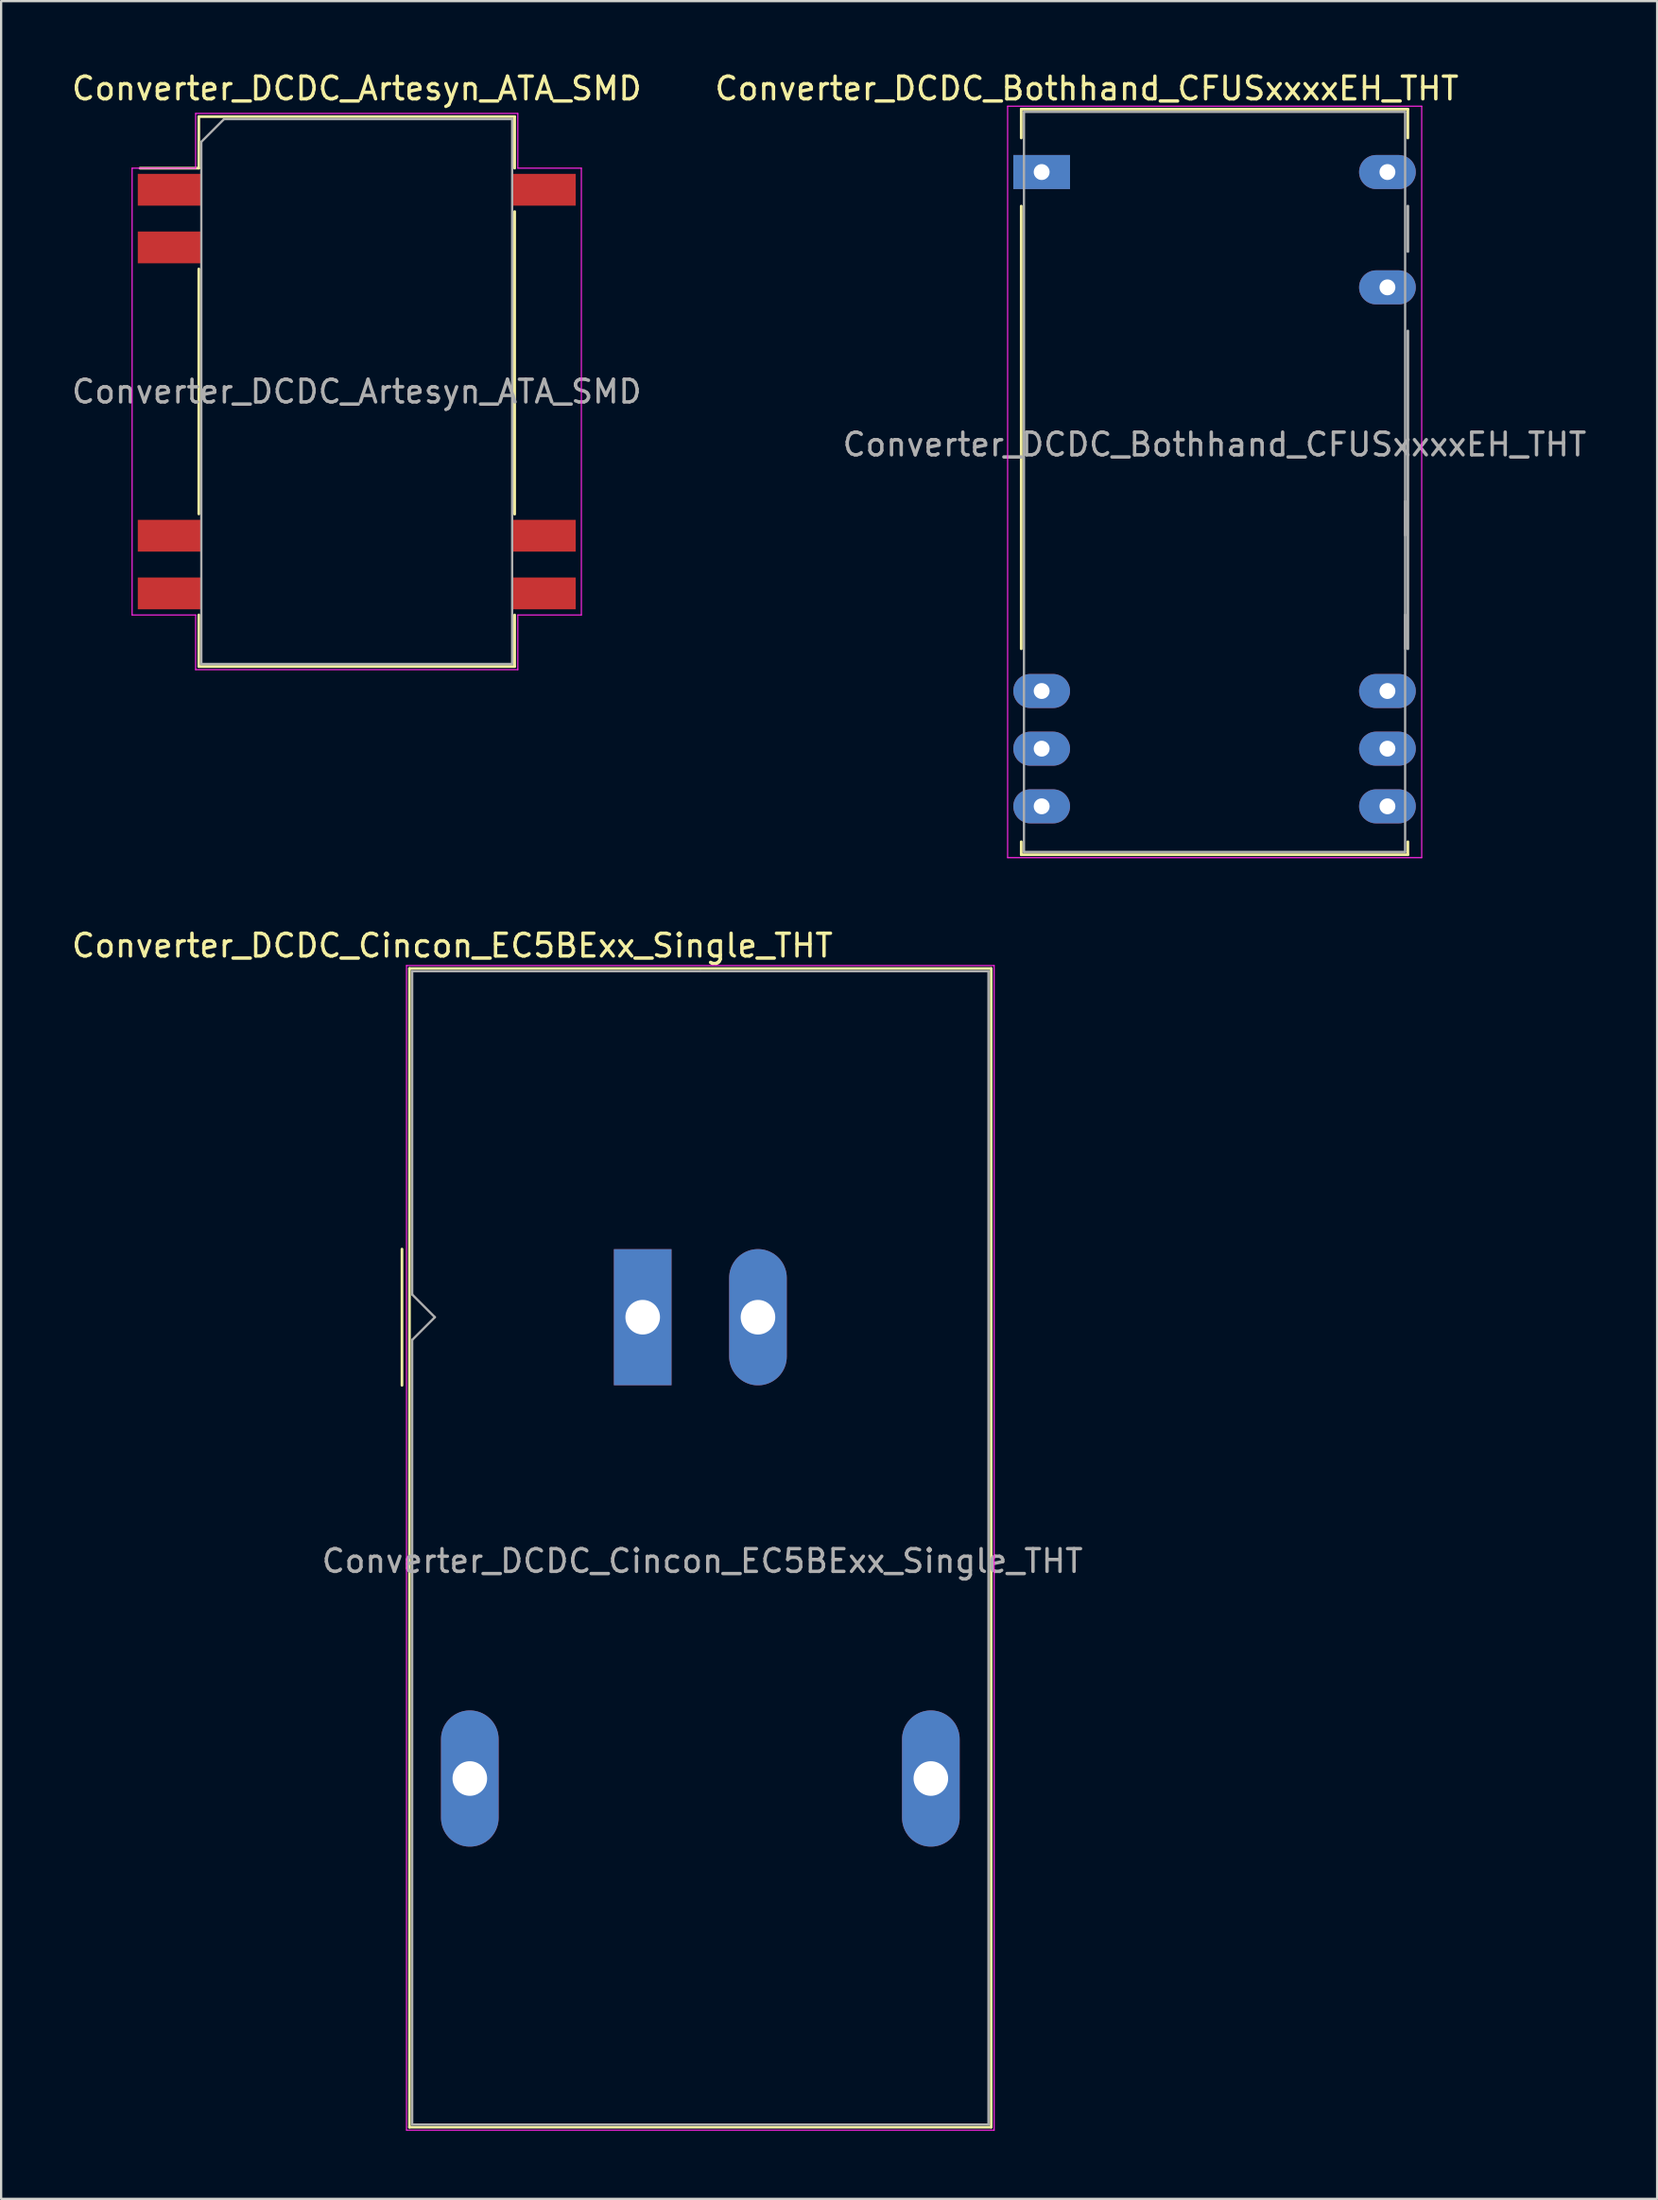
<source format=kicad_pcb>
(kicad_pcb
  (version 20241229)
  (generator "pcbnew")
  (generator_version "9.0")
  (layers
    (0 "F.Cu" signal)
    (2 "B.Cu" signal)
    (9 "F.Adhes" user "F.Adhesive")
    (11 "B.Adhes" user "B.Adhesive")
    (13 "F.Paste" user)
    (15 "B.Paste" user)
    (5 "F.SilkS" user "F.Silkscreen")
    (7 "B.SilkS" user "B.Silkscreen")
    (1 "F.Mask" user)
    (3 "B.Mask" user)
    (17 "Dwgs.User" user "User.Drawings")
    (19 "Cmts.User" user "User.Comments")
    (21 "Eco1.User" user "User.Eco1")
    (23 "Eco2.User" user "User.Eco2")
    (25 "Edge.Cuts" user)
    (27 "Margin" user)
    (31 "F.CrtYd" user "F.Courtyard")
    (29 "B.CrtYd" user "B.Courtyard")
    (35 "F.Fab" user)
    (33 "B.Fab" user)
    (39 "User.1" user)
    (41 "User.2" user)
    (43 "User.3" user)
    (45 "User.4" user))
  (footprint "Converter_DCDC_Bothhand_CFUSxxxxEH_THT"
    (layer "F.Cu")
    (at 42.861 4.528)
    (property "Reference" "Converter_DCDC_Bothhand_CFUSxxxxEH_THT" (at 1.99 -3.68 0) (layer "F.SilkS") (effects (font (size 1 1) (thickness 0.15))))
    (attr through_hole)
    (fp_line (start -0.9 -2.77) (end 16.14 -2.77) (stroke (width 0.12) (type solid)) (layer "F.SilkS"))
    (fp_line (start -0.9 -1.5) (end -0.9 -2.77) (stroke (width 0.12) (type solid)) (layer "F.SilkS"))
    (fp_line (start -0.9 1.5) (end -0.9 21) (stroke (width 0.12) (type solid)) (layer "F.SilkS"))
    (fp_line (start -0.9 29.5) (end -0.9 30.07) (stroke (width 0.12) (type solid)) (layer "F.SilkS"))
    (fp_line (start -0.9 30.07) (end 16.14 30.07) (stroke (width 0.12) (type solid)) (layer "F.SilkS"))
    (fp_line (start 16.14 -2.77) (end 16.14 -1.5) (stroke (width 0.12) (type solid)) (layer "F.SilkS"))
    (fp_line (start 16.14 30.07) (end 16.14 29.5) (stroke (width 0.12) (type solid)) (layer "F.SilkS"))
    (fp_line (start -1.5 -2.9) (end -1.5 30.2) (stroke (width 0.05) (type solid)) (layer "F.CrtYd"))
    (fp_line (start -1.5 -2.9) (end 16.75 -2.9) (stroke (width 0.05) (type solid)) (layer "F.CrtYd"))
    (fp_line (start -1.5 30.2) (end 16.75 30.2) (stroke (width 0.05) (type solid)) (layer "F.CrtYd"))
    (fp_line (start 16.75 -2.9) (end 16.75 30.2) (stroke (width 0.05) (type solid)) (layer "F.CrtYd"))
    (fp_line (start -0.78 -2.65) (end 16.02 -2.65) (stroke (width 0.1) (type solid)) (layer "F.Fab"))
    (fp_line (start -0.78 29.95) (end -0.78 -2.65) (stroke (width 0.1) (type solid)) (layer "F.Fab"))
    (fp_line (start 16.02 -2.65) (end 16.02 29.95) (stroke (width 0.1) (type solid)) (layer "F.Fab"))
    (fp_line (start 16.02 14.5) (end 16.02 16) (stroke (width 0.1) (type solid)) (layer "F.Fab"))
    (fp_line (start 16.02 19.5) (end 16.02 21) (stroke (width 0.1) (type solid)) (layer "F.Fab"))
    (fp_line (start 16.02 29.95) (end -0.78 29.95) (stroke (width 0.1) (type solid)) (layer "F.Fab"))
    (fp_line (start 16.14 1.5) (end 16.14 3.5) (stroke (width 0.12) (type solid)) (layer "F.Fab"))
    (fp_line (start 16.14 7) (end 16.14 21) (stroke (width 0.12) (type solid)) (layer "F.Fab"))
    (fp_text user "${REFERENCE}" (at 7.62 12 0) (layer "F.Fab") (effects (font (size 1 1) (thickness 0.15))))
    (pad "1" thru_hole rect (at 0 0) (size 2.5 1.5) (drill 0.7) (layers "*.Cu" "*.Mask"))
    (pad "10" thru_hole oval (at 0 22.86) (size 2.5 1.5) (drill 0.7) (layers "*.Cu" "*.Mask"))
    (pad "11" thru_hole oval (at 0 25.4) (size 2.5 1.5) (drill 0.7) (layers "*.Cu" "*.Mask"))
    (pad "12" thru_hole oval (at 0 27.94) (size 2.5 1.5) (drill 0.7) (layers "*.Cu" "*.Mask"))
    (pad "13" thru_hole oval (at 15.24 27.94) (size 2.5 1.5) (drill 0.7) (layers "*.Cu" "*.Mask"))
    (pad "14" thru_hole oval (at 15.24 25.4) (size 2.5 1.5) (drill 0.7) (layers "*.Cu" "*.Mask"))
    (pad "15" thru_hole oval (at 15.24 22.86) (size 2.5 1.5) (drill 0.7) (layers "*.Cu" "*.Mask"))
    (pad "22" thru_hole oval (at 15.24 5.08) (size 2.5 1.5) (drill 0.7) (layers "*.Cu" "*.Mask"))
    (pad "24" thru_hole oval (at 15.24 0) (size 2.5 1.5) (drill 0.7) (layers "*.Cu" "*.Mask")))
  (footprint "Converter_DCDC_Artesyn_ATA_SMD"
    (layer "F.Cu")
    (at 12.673 14.198)
    (property "Reference" "Converter_DCDC_Artesyn_ATA_SMD" (at 0 -13.35 0) (layer "F.SilkS") (effects (font (size 1 1) (thickness 0.15))))
    (attr smd)
    (fp_line (start -6.96 -12.11) (end -6.96 -9.84) (stroke (width 0.12) (type solid)) (layer "F.SilkS"))
    (fp_line (start -6.96 -9.84) (end -9.55 -9.84) (stroke (width 0.12) (type solid)) (layer "F.SilkS"))
    (fp_line (start -6.96 -5.4) (end -6.96 5.39) (stroke (width 0.12) (type solid)) (layer "F.SilkS"))
    (fp_line (start -6.96 9.84) (end -6.96 12.11) (stroke (width 0.12) (type solid)) (layer "F.SilkS"))
    (fp_line (start 6.96 -12.11) (end -6.96 -12.11) (stroke (width 0.12) (type solid)) (layer "F.SilkS"))
    (fp_line (start 6.96 -12.11) (end 6.96 -9.84) (stroke (width 0.12) (type solid)) (layer "F.SilkS"))
    (fp_line (start 6.96 -7.93) (end 6.96 5.4) (stroke (width 0.12) (type solid)) (layer "F.SilkS"))
    (fp_line (start 6.96 9.84) (end 6.96 12.11) (stroke (width 0.12) (type solid)) (layer "F.SilkS"))
    (fp_line (start 6.96 12.11) (end -6.96 12.11) (stroke (width 0.12) (type solid)) (layer "F.SilkS"))
    (fp_line (start -9.9 -9.84) (end -9.9 9.84) (stroke (width 0.05) (type solid)) (layer "F.CrtYd"))
    (fp_line (start -9.9 -9.84) (end -7.1 -9.84) (stroke (width 0.05) (type solid)) (layer "F.CrtYd"))
    (fp_line (start -9.9 9.84) (end -7.1 9.84) (stroke (width 0.05) (type solid)) (layer "F.CrtYd"))
    (fp_line (start -7.1 -9.84) (end -7.1 -12.25) (stroke (width 0.05) (type solid)) (layer "F.CrtYd"))
    (fp_line (start -7.1 9.84) (end -7.1 12.25) (stroke (width 0.05) (type solid)) (layer "F.CrtYd"))
    (fp_line (start -7.1 12.25) (end 7.1 12.25) (stroke (width 0.05) (type solid)) (layer "F.CrtYd"))
    (fp_line (start 7.1 -12.25) (end -7.1 -12.25) (stroke (width 0.05) (type solid)) (layer "F.CrtYd"))
    (fp_line (start 7.1 -12.25) (end 7.1 -9.84) (stroke (width 0.05) (type solid)) (layer "F.CrtYd"))
    (fp_line (start 7.1 -9.84) (end 9.9 -9.84) (stroke (width 0.05) (type solid)) (layer "F.CrtYd"))
    (fp_line (start 7.1 9.84) (end 7.1 12.25) (stroke (width 0.05) (type solid)) (layer "F.CrtYd"))
    (fp_line (start 9.9 9.84) (end 7.1 9.84) (stroke (width 0.05) (type solid)) (layer "F.CrtYd"))
    (fp_line (start 9.9 9.84) (end 9.9 -9.84) (stroke (width 0.05) (type solid)) (layer "F.CrtYd"))
    (fp_line (start -6.85 -11) (end -6.85 12) (stroke (width 0.1) (type solid)) (layer "F.Fab"))
    (fp_line (start -6.85 -11) (end -5.85 -12) (stroke (width 0.1) (type solid)) (layer "F.Fab"))
    (fp_line (start -6.85 12) (end 6.85 12) (stroke (width 0.1) (type solid)) (layer "F.Fab"))
    (fp_line (start 6.85 -12) (end -5.85 -12) (stroke (width 0.1) (type solid)) (layer "F.Fab"))
    (fp_line (start 6.85 12) (end 6.85 -12) (stroke (width 0.1) (type solid)) (layer "F.Fab"))
    (fp_text user "${REFERENCE}" (at 0 0 0) (layer "F.Fab") (effects (font (size 1 1) (thickness 0.15))))
    (pad "1" smd rect (at -8.25 -8.89) (size 2.8 1.4) (layers "F.Cu" "F.Mask" "F.Paste"))
    (pad "2" smd rect (at -8.25 -6.35) (size 2.8 1.4) (layers "F.Cu" "F.Mask" "F.Paste"))
    (pad "7" smd rect (at -8.25 6.35) (size 2.8 1.4) (layers "F.Cu" "F.Mask" "F.Paste"))
    (pad "8" smd rect (at -8.25 8.89) (size 2.8 1.4) (layers "F.Cu" "F.Mask" "F.Paste"))
    (pad "9" smd rect (at 8.25 8.89) (size 2.8 1.4) (layers "F.Cu" "F.Mask" "F.Paste"))
    (pad "10" smd rect (at 8.25 6.35) (size 2.8 1.4) (layers "F.Cu" "F.Mask" "F.Paste"))
    (pad "16" smd rect (at 8.25 -8.89) (size 2.8 1.4) (layers "F.Cu" "F.Mask" "F.Paste")))
  (footprint "Converter_DCDC_Cincon_EC5BExx_Single_THT"
    (layer "F.Cu")
    (at 25.277 54.971)
    (property "Reference" "Converter_DCDC_Cincon_EC5BExx_Single_THT" (at -8.39 -16.37 180) (layer "F.SilkS") (effects (font (size 1 1) (thickness 0.15))))
    (attr through_hole)
    (fp_line (start -10.61 -3) (end -10.61 3) (stroke (width 0.12) (type solid)) (layer "F.SilkS"))
    (fp_line (start -10.28 -15.36) (end 15.36 -15.36) (stroke (width 0.12) (type solid)) (layer "F.SilkS"))
    (fp_line (start -10.28 35.68) (end -10.28 -15.36) (stroke (width 0.12) (type solid)) (layer "F.SilkS"))
    (fp_line (start 15.36 -15.36) (end 15.36 35.68) (stroke (width 0.12) (type solid)) (layer "F.SilkS"))
    (fp_line (start 15.36 35.68) (end -10.28 35.68) (stroke (width 0.12) (type solid)) (layer "F.SilkS"))
    (fp_line (start -10.41 -15.49) (end 15.49 -15.49) (stroke (width 0.05) (type solid)) (layer "F.CrtYd"))
    (fp_line (start -10.41 35.8) (end -10.41 -15.49) (stroke (width 0.05) (type solid)) (layer "F.CrtYd"))
    (fp_line (start -10.41 35.81) (end 15.49 35.81) (stroke (width 0.05) (type solid)) (layer "F.CrtYd"))
    (fp_line (start 15.49 35.81) (end 15.49 -15.49) (stroke (width 0.05) (type solid)) (layer "F.CrtYd"))
    (fp_line (start -10.16 -1) (end -10.16 -15.24) (stroke (width 0.1) (type solid)) (layer "F.Fab"))
    (fp_line (start -10.16 1) (end -10.16 35.56) (stroke (width 0.1) (type solid)) (layer "F.Fab"))
    (fp_line (start -10.16 1) (end -9.16 0) (stroke (width 0.1) (type solid)) (layer "F.Fab"))
    (fp_line (start -10.16 35.56) (end 15.24 35.56) (stroke (width 0.1) (type solid)) (layer "F.Fab"))
    (fp_line (start -9.16 0) (end -10.16 -1) (stroke (width 0.1) (type solid)) (layer "F.Fab"))
    (fp_line (start 2.54 -15.24) (end -10.16 -15.24) (stroke (width 0.1) (type solid)) (layer "F.Fab"))
    (fp_line (start 15.24 -15.24) (end 2.54 -15.24) (stroke (width 0.1) (type solid)) (layer "F.Fab"))
    (fp_line (start 15.24 35.56) (end 15.24 -15.24) (stroke (width 0.1) (type solid)) (layer "F.Fab"))
    (fp_text user "${REFERENCE}" (at 2.63 10.74 0) (layer "F.Fab") (effects (font (size 1 1) (thickness 0.15))))
    (pad "1" thru_hole rect (at 0 0 90) (size 5.994 2.54) (drill 1.524) (layers "*.Cu" "*.Mask"))
    (pad "2" thru_hole oval (at 5.08 0 90) (size 6 2.54) (drill 1.524) (layers "*.Cu" "*.Mask"))
    (pad "3" thru_hole oval (at -7.62 20.32 90) (size 6 2.54) (drill 1.524) (layers "*.Cu" "*.Mask"))
    (pad "5" thru_hole oval (at 12.7 20.32 90) (size 6 2.54) (drill 1.524) (layers "*.Cu" "*.Mask")))
  (gr_rect
    (start -3 -3)
    (end 69.987 93.806)
    (stroke (width 0.1) (type default))
    (fill no)
    (layer "Edge.Cuts")))
</source>
